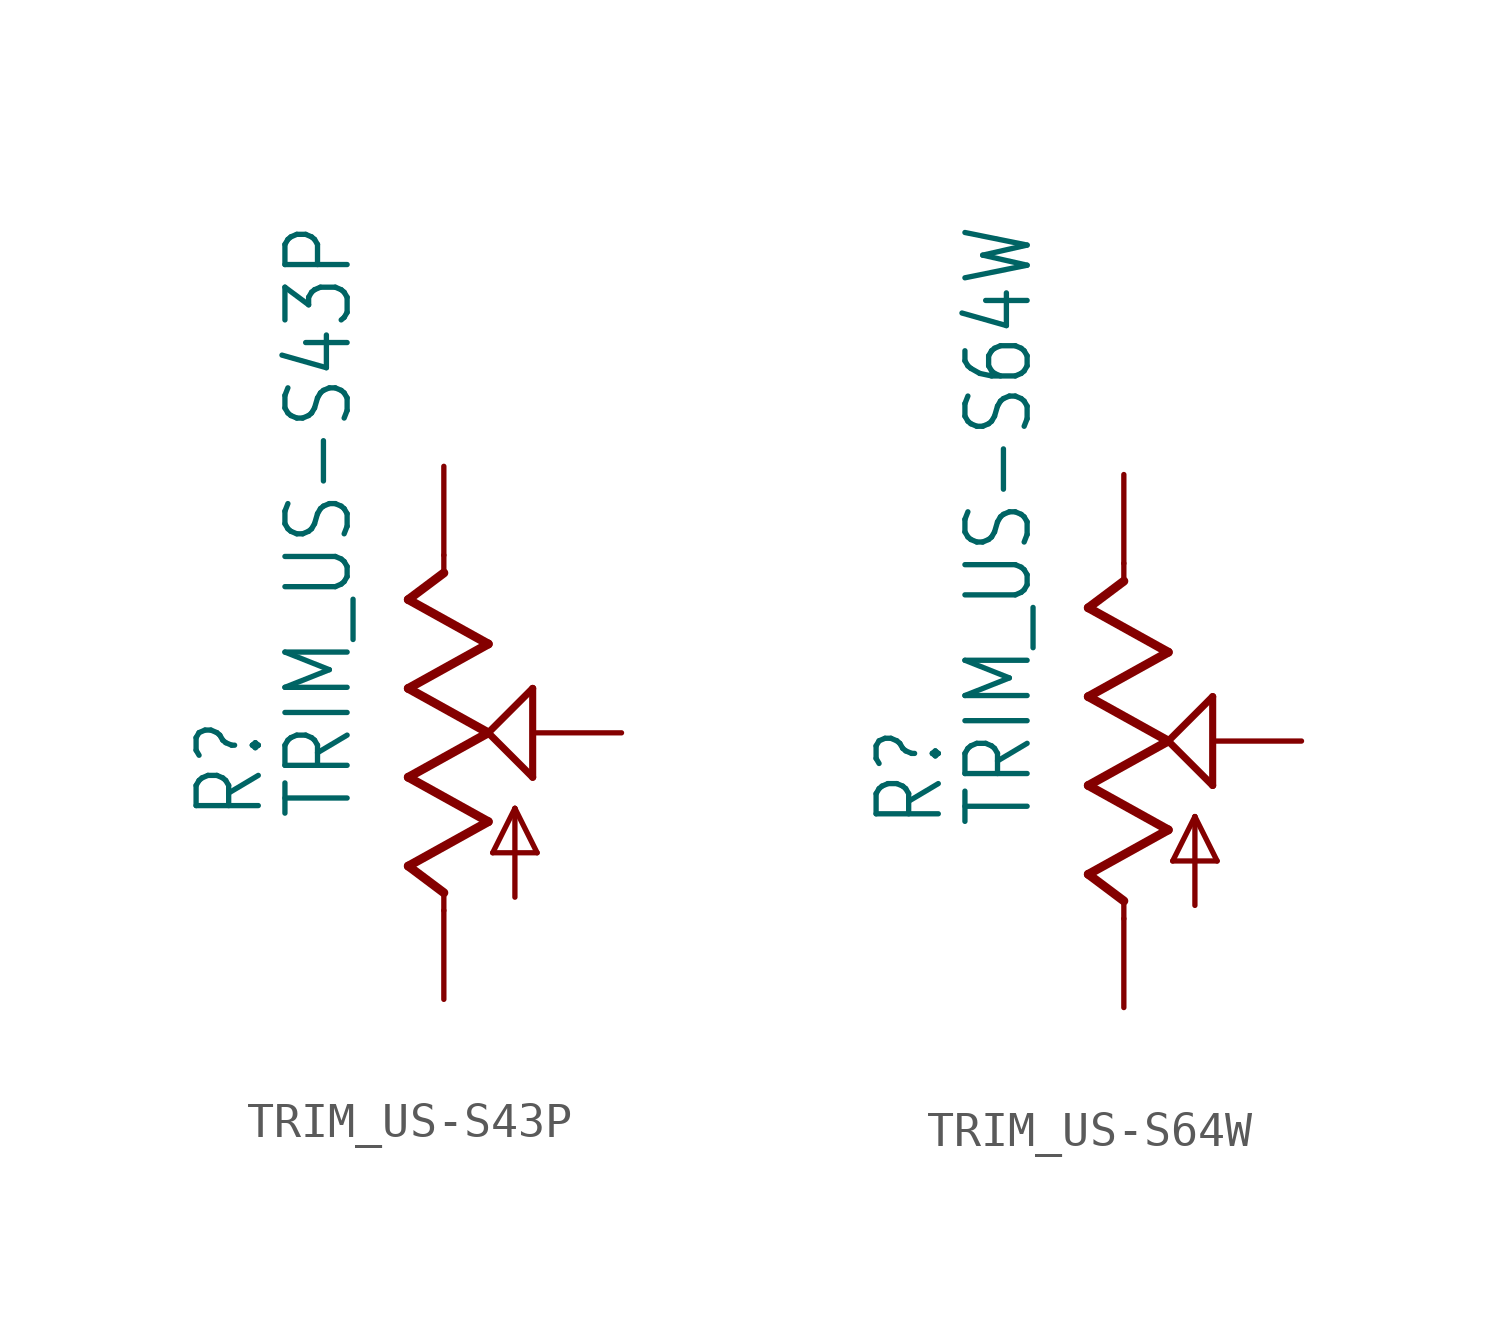
<source format=kicad_sym>
(kicad_symbol_lib
  (version 20211014)
  (generator kicad_symbol_editor)
  (symbol "TRIM_US-S43P"
    (property "Reference" "R"
      (at -5.08 -2.54 90)
      (effects (font (size 1.778 1.511)) (justify left bottom)))
    (property "Value" "TRIM_US-S43P"
      (at -2.54 -2.54 90)
      (effects (font (size 1.778 1.511)) (justify left bottom)))
    (property "ki_locked" ""
      (at 0 0 0)
      (effects (font (size 1.27 1.27))))
    (symbol "TRIM_US-S43P_1_0"
      (polyline (pts (xy -1.016 -3.81) (xy 1.27 -2.54)) (stroke (width 0.254) (type default) (color 0 0 0 0)) (fill (type none)))
      (polyline (pts (xy -1.016 -1.27) (xy 1.27 0)) (stroke (width 0.254) (type default) (color 0 0 0 0)) (fill (type none)))
      (polyline (pts (xy -1.016 1.27) (xy 1.27 2.54)) (stroke (width 0.254) (type default) (color 0 0 0 0)) (fill (type none)))
      (polyline (pts (xy -1.016 3.81) (xy 0 4.572)) (stroke (width 0.254) (type default) (color 0 0 0 0)) (fill (type none)))
      (polyline (pts (xy 0 -5.08) (xy 0 -4.572)) (stroke (width 0.152) (type default) (color 0 0 0 0)) (fill (type none)))
      (polyline (pts (xy 0 -4.572) (xy -1.016 -3.81)) (stroke (width 0.254) (type default) (color 0 0 0 0)) (fill (type none)))
      (polyline (pts (xy 0 4.572) (xy 0 5.08)) (stroke (width 0.152) (type default) (color 0 0 0 0)) (fill (type none)))
      (polyline (pts (xy 1.27 -2.54) (xy -1.016 -1.27)) (stroke (width 0.254) (type default) (color 0 0 0 0)) (fill (type none)))
      (polyline (pts (xy 1.27 0) (xy -1.016 1.27)) (stroke (width 0.254) (type default) (color 0 0 0 0)) (fill (type none)))
      (polyline (pts (xy 1.27 0) (xy 2.54 1.27)) (stroke (width 0.203) (type default) (color 0 0 0 0)) (fill (type none)))
      (polyline (pts (xy 1.27 2.54) (xy -1.016 3.81)) (stroke (width 0.254) (type default) (color 0 0 0 0)) (fill (type none)))
      (polyline (pts (xy 1.397 -3.429) (xy 2.032 -2.159)) (stroke (width 0.152) (type default) (color 0 0 0 0)) (fill (type none)))
      (polyline (pts (xy 2.032 -4.699) (xy 2.032 -2.159)) (stroke (width 0.152) (type default) (color 0 0 0 0)) (fill (type none)))
      (polyline (pts (xy 2.032 -2.159) (xy 2.667 -3.429)) (stroke (width 0.152) (type default) (color 0 0 0 0)) (fill (type none)))
      (polyline (pts (xy 2.54 -1.27) (xy 1.27 0)) (stroke (width 0.203) (type default) (color 0 0 0 0)) (fill (type none)))
      (polyline (pts (xy 2.54 1.27) (xy 2.54 -1.27)) (stroke (width 0.203) (type default) (color 0 0 0 0)) (fill (type none)))
      (polyline (pts (xy 2.667 -3.429) (xy 1.397 -3.429)) (stroke (width 0.152) (type default) (color 0 0 0 0)) (fill (type none)))
      (pin passive line (at 0 -7.62 90) (length 2.54) (name "A" (effects (font (size 0 0)))) (number "A" (effects (font (size 0 0)))))
      (pin passive line (at 0 7.62 270) (length 2.54) (name "E" (effects (font (size 0 0)))) (number "E" (effects (font (size 0 0)))))
      (pin passive line (at 5.08 0 180) (length 2.54) (name "S" (effects (font (size 0 0)))) (number "S" (effects (font (size 0 0)))))))
  (symbol "TRIM_US-S64W"
    (property "Reference" "R"
      (at -5.08 -2.54 90)
      (effects (font (size 1.778 1.511)) (justify left bottom)))
    (property "Value" "TRIM_US-S64W"
      (at -2.54 -2.54 90)
      (effects (font (size 1.778 1.511)) (justify left bottom)))
    (property "ki_locked" ""
      (at 0 0 0)
      (effects (font (size 1.27 1.27))))
    (symbol "TRIM_US-S64W_1_0"
      (polyline (pts (xy -1.016 -3.81) (xy 1.27 -2.54)) (stroke (width 0.254) (type default) (color 0 0 0 0)) (fill (type none)))
      (polyline (pts (xy -1.016 -1.27) (xy 1.27 0)) (stroke (width 0.254) (type default) (color 0 0 0 0)) (fill (type none)))
      (polyline (pts (xy -1.016 1.27) (xy 1.27 2.54)) (stroke (width 0.254) (type default) (color 0 0 0 0)) (fill (type none)))
      (polyline (pts (xy -1.016 3.81) (xy 0 4.572)) (stroke (width 0.254) (type default) (color 0 0 0 0)) (fill (type none)))
      (polyline (pts (xy 0 -5.08) (xy 0 -4.572)) (stroke (width 0.152) (type default) (color 0 0 0 0)) (fill (type none)))
      (polyline (pts (xy 0 -4.572) (xy -1.016 -3.81)) (stroke (width 0.254) (type default) (color 0 0 0 0)) (fill (type none)))
      (polyline (pts (xy 0 4.572) (xy 0 5.08)) (stroke (width 0.152) (type default) (color 0 0 0 0)) (fill (type none)))
      (polyline (pts (xy 1.27 -2.54) (xy -1.016 -1.27)) (stroke (width 0.254) (type default) (color 0 0 0 0)) (fill (type none)))
      (polyline (pts (xy 1.27 0) (xy -1.016 1.27)) (stroke (width 0.254) (type default) (color 0 0 0 0)) (fill (type none)))
      (polyline (pts (xy 1.27 0) (xy 2.54 1.27)) (stroke (width 0.203) (type default) (color 0 0 0 0)) (fill (type none)))
      (polyline (pts (xy 1.27 2.54) (xy -1.016 3.81)) (stroke (width 0.254) (type default) (color 0 0 0 0)) (fill (type none)))
      (polyline (pts (xy 1.397 -3.429) (xy 2.032 -2.159)) (stroke (width 0.152) (type default) (color 0 0 0 0)) (fill (type none)))
      (polyline (pts (xy 2.032 -4.699) (xy 2.032 -2.159)) (stroke (width 0.152) (type default) (color 0 0 0 0)) (fill (type none)))
      (polyline (pts (xy 2.032 -2.159) (xy 2.667 -3.429)) (stroke (width 0.152) (type default) (color 0 0 0 0)) (fill (type none)))
      (polyline (pts (xy 2.54 -1.27) (xy 1.27 0)) (stroke (width 0.203) (type default) (color 0 0 0 0)) (fill (type none)))
      (polyline (pts (xy 2.54 1.27) (xy 2.54 -1.27)) (stroke (width 0.203) (type default) (color 0 0 0 0)) (fill (type none)))
      (polyline (pts (xy 2.667 -3.429) (xy 1.397 -3.429)) (stroke (width 0.152) (type default) (color 0 0 0 0)) (fill (type none)))
      (pin passive line (at 0 -7.62 90) (length 2.54) (name "A" (effects (font (size 0 0)))) (number "A" (effects (font (size 0 0)))))
      (pin passive line (at 0 7.62 270) (length 2.54) (name "E" (effects (font (size 0 0)))) (number "E" (effects (font (size 0 0)))))
      (pin passive line (at 5.08 0 180) (length 2.54) (name "S" (effects (font (size 0 0)))) (number "S" (effects (font (size 0 0))))))))
</source>
